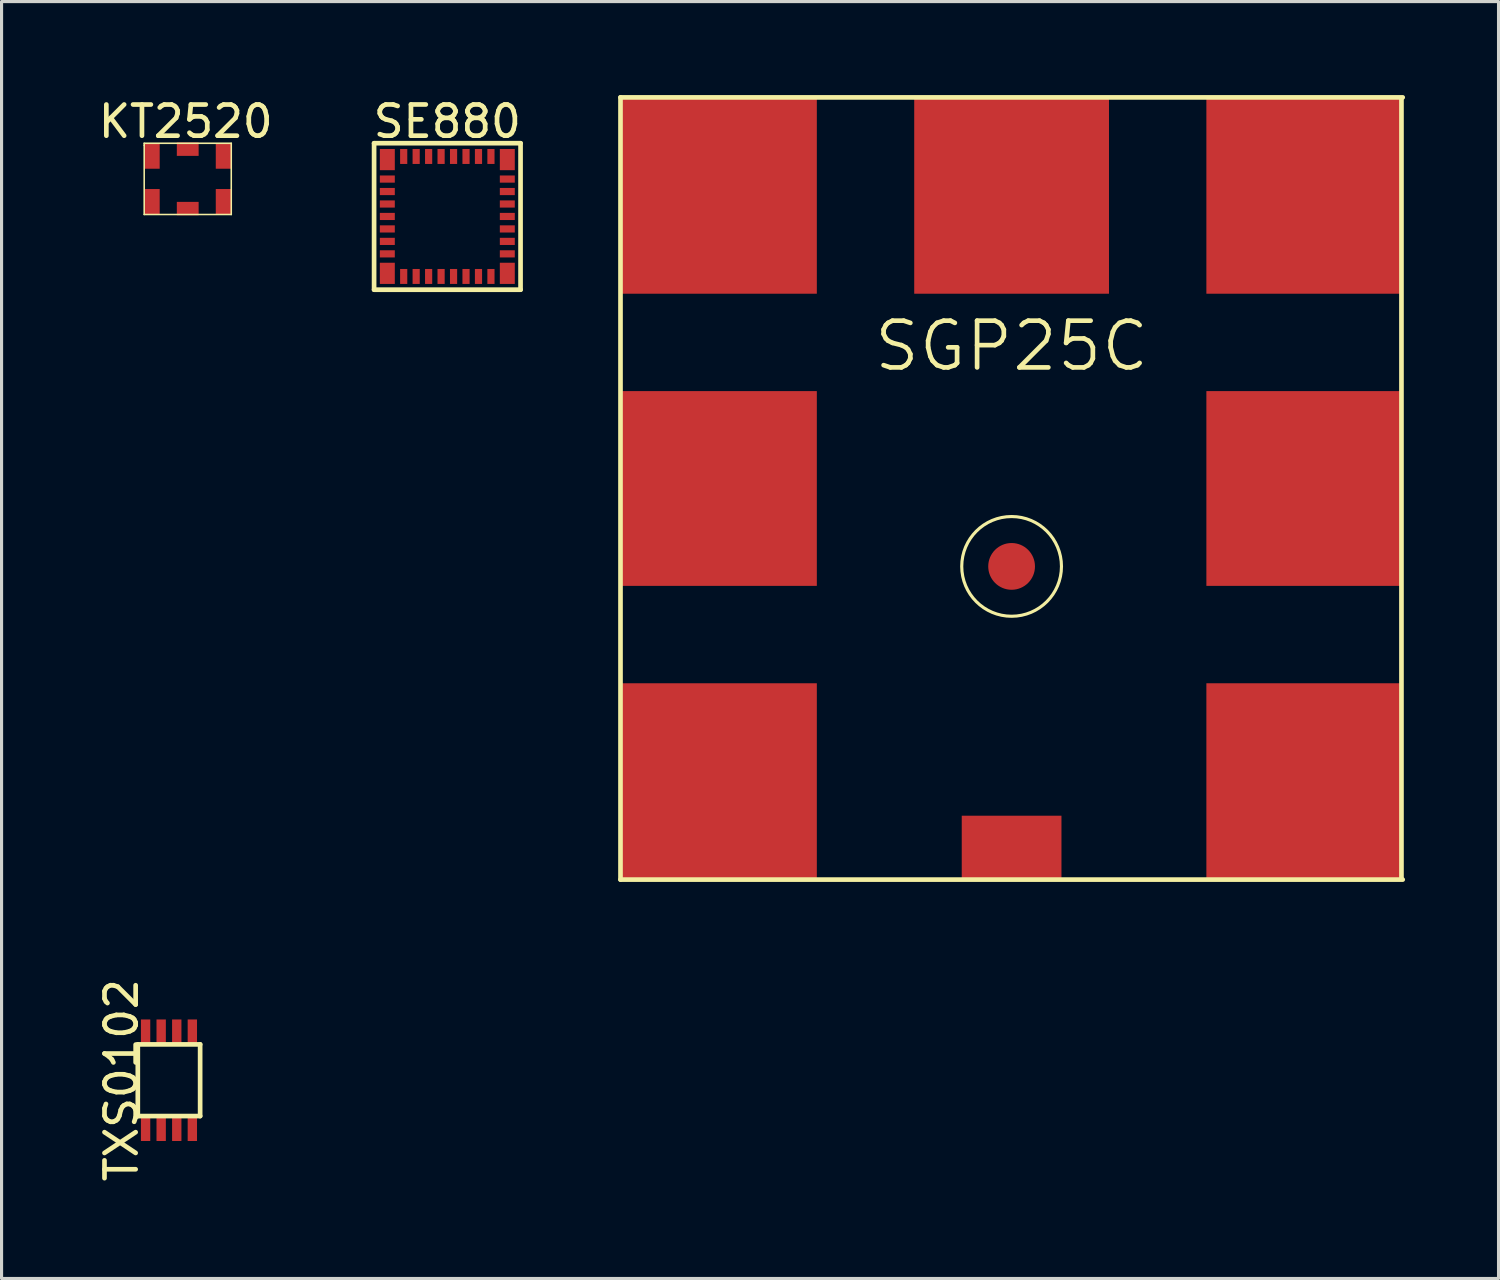
<source format=kicad_pcb>
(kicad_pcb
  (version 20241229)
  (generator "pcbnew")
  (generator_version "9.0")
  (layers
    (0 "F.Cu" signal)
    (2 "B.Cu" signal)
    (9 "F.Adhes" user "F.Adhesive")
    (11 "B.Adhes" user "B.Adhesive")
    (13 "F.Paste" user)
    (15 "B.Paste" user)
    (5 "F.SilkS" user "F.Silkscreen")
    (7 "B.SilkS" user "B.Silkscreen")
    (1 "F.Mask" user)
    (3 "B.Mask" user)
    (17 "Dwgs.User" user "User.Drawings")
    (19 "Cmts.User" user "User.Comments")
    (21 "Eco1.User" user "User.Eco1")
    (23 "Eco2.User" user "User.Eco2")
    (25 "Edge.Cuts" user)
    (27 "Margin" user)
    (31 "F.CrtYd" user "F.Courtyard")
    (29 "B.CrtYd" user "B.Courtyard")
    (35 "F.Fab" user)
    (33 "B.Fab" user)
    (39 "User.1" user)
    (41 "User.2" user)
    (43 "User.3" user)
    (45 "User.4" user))
  (footprint "SE880"
    (layer "F.Cu")
    (at 11.304 3.896)
    (property "Reference" "SE880" (at 0 -3.048 0) (layer "F.SilkS") (effects (font (size 1 1) (thickness 0.15))))
    (attr through_hole)
    (fp_line (start -2.35 -2.35) (end 2.35 -2.35) (stroke (width 0.15) (type solid)) (layer "F.SilkS"))
    (fp_line (start -2.35 2.35) (end -2.35 -2.35) (stroke (width 0.15) (type solid)) (layer "F.SilkS"))
    (fp_line (start 2.35 -2.35) (end 2.35 2.35) (stroke (width 0.15) (type solid)) (layer "F.SilkS"))
    (fp_line (start 2.35 2.35) (end -2.35 2.35) (stroke (width 0.15) (type solid)) (layer "F.SilkS"))
    (pad "1" smd rect (at -1.925 -1.825) (size 0.48 0.68) (layers "F.Cu" "F.Mask" "F.Paste"))
    (pad "2" smd rect (at -1.925 -1.2) (size 0.48 0.23) (layers "F.Cu" "F.Mask" "F.Paste"))
    (pad "3" smd rect (at -1.925 -0.8) (size 0.48 0.23) (layers "F.Cu" "F.Mask" "F.Paste"))
    (pad "4" smd rect (at -1.925 -0.4) (size 0.48 0.23) (layers "F.Cu" "F.Mask" "F.Paste"))
    (pad "5" smd rect (at -1.925 0) (size 0.48 0.23) (layers "F.Cu" "F.Mask" "F.Paste"))
    (pad "6" smd rect (at -1.925 0.4) (size 0.48 0.23) (layers "F.Cu" "F.Mask" "F.Paste"))
    (pad "7" smd rect (at -1.925 0.8) (size 0.48 0.23) (layers "F.Cu" "F.Mask" "F.Paste"))
    (pad "8" smd rect (at -1.925 1.2) (size 0.48 0.23) (layers "F.Cu" "F.Mask" "F.Paste"))
    (pad "9" smd rect (at -1.925 1.825) (size 0.48 0.68) (layers "F.Cu" "F.Mask" "F.Paste"))
    (pad "10" smd rect (at -1.4 1.925) (size 0.23 0.48) (layers "F.Cu" "F.Mask" "F.Paste"))
    (pad "11" smd rect (at -1 1.925) (size 0.23 0.48) (layers "F.Cu" "F.Mask" "F.Paste"))
    (pad "12" smd rect (at -0.6 1.925) (size 0.23 0.48) (layers "F.Cu" "F.Mask" "F.Paste"))
    (pad "13" smd rect (at -0.2 1.925) (size 0.23 0.48) (layers "F.Cu" "F.Mask" "F.Paste"))
    (pad "14" smd rect (at 0.2 1.925) (size 0.23 0.48) (layers "F.Cu" "F.Mask" "F.Paste"))
    (pad "15" smd rect (at 0.6 1.925) (size 0.23 0.48) (layers "F.Cu" "F.Mask" "F.Paste"))
    (pad "16" smd rect (at 1 1.925) (size 0.23 0.48) (layers "F.Cu" "F.Mask" "F.Paste"))
    (pad "17" smd rect (at 1.4 1.925) (size 0.23 0.48) (layers "F.Cu" "F.Mask" "F.Paste"))
    (pad "18" smd rect (at 1.925 1.825) (size 0.48 0.68) (layers "F.Cu" "F.Mask" "F.Paste"))
    (pad "19" smd rect (at 1.925 1.2) (size 0.48 0.23) (layers "F.Cu" "F.Mask" "F.Paste"))
    (pad "20" smd rect (at 1.925 0.8) (size 0.48 0.23) (layers "F.Cu" "F.Mask" "F.Paste"))
    (pad "21" smd rect (at 1.925 0.4) (size 0.48 0.23) (layers "F.Cu" "F.Mask" "F.Paste"))
    (pad "22" smd rect (at 1.925 0) (size 0.48 0.23) (layers "F.Cu" "F.Mask" "F.Paste"))
    (pad "23" smd rect (at 1.925 -0.4) (size 0.48 0.23) (layers "F.Cu" "F.Mask" "F.Paste"))
    (pad "24" smd rect (at 1.925 -0.8) (size 0.48 0.23) (layers "F.Cu" "F.Mask" "F.Paste"))
    (pad "25" smd rect (at 1.925 -1.2) (size 0.48 0.23) (layers "F.Cu" "F.Mask" "F.Paste"))
    (pad "26" smd rect (at 1.925 -1.825) (size 0.48 0.68) (layers "F.Cu" "F.Mask" "F.Paste"))
    (pad "27" smd rect (at 1.4 -1.925) (size 0.23 0.48) (layers "F.Cu" "F.Mask" "F.Paste"))
    (pad "28" smd rect (at 1 -1.925) (size 0.23 0.48) (layers "F.Cu" "F.Mask" "F.Paste"))
    (pad "29" smd rect (at 0.6 -1.925) (size 0.23 0.48) (layers "F.Cu" "F.Mask" "F.Paste"))
    (pad "30" smd rect (at 0.2 -1.925) (size 0.23 0.48) (layers "F.Cu" "F.Mask" "F.Paste"))
    (pad "31" smd rect (at -0.2 -1.925) (size 0.23 0.48) (layers "F.Cu" "F.Mask" "F.Paste"))
    (pad "32" smd rect (at -0.6 -1.925) (size 0.23 0.48) (layers "F.Cu" "F.Mask" "F.Paste"))
    (pad "33" smd rect (at -1 -1.925) (size 0.23 0.48) (layers "F.Cu" "F.Mask" "F.Paste"))
    (pad "34" smd rect (at -1.4 -1.925) (size 0.23 0.48) (layers "F.Cu" "F.Mask" "F.Paste")))
  (footprint "KT2520"
    (layer "F.Cu")
    (at 2.974 2.69)
    (property "Reference" "KT2520" (at -0.064 -1.841 0) (layer "F.SilkS") (effects (font (size 1 1) (thickness 0.15))))
    (attr through_hole)
    (fp_line (start -1.397 -1.143) (end 1.397 -1.143) (stroke (width 0.05) (type solid)) (layer "F.SilkS"))
    (fp_line (start -1.397 -1.079) (end -1.397 -1.143) (stroke (width 0.05) (type solid)) (layer "F.SilkS"))
    (fp_line (start -1.397 1.143) (end -1.397 -1.079) (stroke (width 0.05) (type solid)) (layer "F.SilkS"))
    (fp_line (start 1.397 -1.143) (end 1.397 1.143) (stroke (width 0.05) (type solid)) (layer "F.SilkS"))
    (fp_line (start 1.397 1.143) (end -1.397 1.143) (stroke (width 0.05) (type solid)) (layer "F.SilkS"))
    (pad "1" smd rect (at -1.15 -0.738) (size 0.5 0.825) (layers "F.Cu" "F.Mask" "F.Paste"))
    (pad "2" smd rect (at 0 -0.953) (size 0.7 0.43) (layers "F.Cu" "F.Mask" "F.Paste"))
    (pad "3" smd rect (at 1.15 -0.738) (size 0.5 0.825) (layers "F.Cu" "F.Mask" "F.Paste"))
    (pad "4" smd rect (at 1.15 0.738) (size 0.5 0.825) (layers "F.Cu" "F.Mask" "F.Paste"))
    (pad "5" smd rect (at 0 0.953) (size 0.7 0.43) (layers "F.Cu" "F.Mask" "F.Paste"))
    (pad "6" smd rect (at -1.15 0.738) (size 0.5 0.825) (layers "F.Cu" "F.Mask" "F.Paste")))
  (footprint "TXS0102"
    (layer "F.Cu")
    (at 2.372 31.613)
    (property "Reference" "TXS0102" (at -1.524 0 90) (layer "F.SilkS") (effects (font (size 1 1) (thickness 0.15))))
    (attr through_hole)
    (fp_line (start -1 -1.15) (end -1 1.15) (stroke (width 0.15) (type solid)) (layer "F.SilkS"))
    (fp_line (start -1 -1.15) (end 1 -1.15) (stroke (width 0.15) (type solid)) (layer "F.SilkS"))
    (fp_line (start -1 1.15) (end 1 1.15) (stroke (width 0.15) (type solid)) (layer "F.SilkS"))
    (fp_line (start 1 -1.15) (end 1 1.15) (stroke (width 0.15) (type solid)) (layer "F.SilkS"))
    (pad "1" smd rect (at -0.75 1.55) (size 0.3 0.8) (layers "F.Cu" "F.Mask" "F.Paste"))
    (pad "2" smd rect (at -0.25 1.55) (size 0.3 0.8) (layers "F.Cu" "F.Mask" "F.Paste"))
    (pad "3" smd rect (at 0.25 1.55) (size 0.3 0.8) (layers "F.Cu" "F.Mask" "F.Paste"))
    (pad "4" smd rect (at 0.75 1.55) (size 0.3 0.8) (layers "F.Cu" "F.Mask" "F.Paste"))
    (pad "5" smd rect (at 0.75 -1.55) (size 0.3 0.8) (layers "F.Cu" "F.Mask" "F.Paste"))
    (pad "6" smd rect (at 0.25 -1.55) (size 0.3 0.8) (layers "F.Cu" "F.Mask" "F.Paste"))
    (pad "7" smd rect (at -0.25 -1.55) (size 0.3 0.8) (layers "F.Cu" "F.Mask" "F.Paste"))
    (pad "8" smd rect (at -0.75 -1.55) (size 0.3 0.8) (layers "F.Cu" "F.Mask" "F.Paste")))
  (footprint "SGP25C"
    (layer "F.Cu")
    (at 29.411 12.625)
    (property "Reference" "SGP25C" (at 0 -4.572 0) (layer "F.SilkS") (effects (font (size 1.5 1.5) (thickness 0.15))))
    (attr through_hole)
    (fp_line (start -12.55 -12.55) (end 12.55 -12.55) (stroke (width 0.15) (type solid)) (layer "F.SilkS"))
    (fp_line (start -12.55 12.55) (end -12.55 -12.55) (stroke (width 0.15) (type solid)) (layer "F.SilkS"))
    (fp_line (start 12.51 -12.51) (end 12.51 12.51) (stroke (width 0.15) (type solid)) (layer "F.SilkS"))
    (fp_line (start 12.55 12.55) (end -12.55 12.55) (stroke (width 0.15) (type solid)) (layer "F.SilkS"))
    (fp_circle (center 0 2.5) (end 1.6 2.5) (stroke (width 0.1) (type solid)) (fill no) (layer "F.SilkS"))
    (pad "1" smd circle (at 0 2.5) (size 1.5 1.5) (layers "F.Cu" "F.Mask" "F.Paste"))
    (pad "2" smd rect (at 0 11.5) (size 3.2 2) (layers "F.Cu" "F.Mask" "F.Paste"))
    (pad "3" smd rect (at -9.375 9.375) (size 6.25 6.25) (layers "F.Cu" "F.Mask" "F.Paste"))
    (pad "4" smd rect (at -9.375 0) (size 6.25 6.25) (layers "F.Cu" "F.Mask" "F.Paste"))
    (pad "5" smd rect (at -9.375 -9.375) (size 6.25 6.25) (layers "F.Cu" "F.Mask" "F.Paste"))
    (pad "6" smd rect (at 0 -9.375) (size 6.25 6.25) (layers "F.Cu" "F.Mask" "F.Paste"))
    (pad "7" smd rect (at 9.375 -9.375) (size 6.25 6.25) (layers "F.Cu" "F.Mask" "F.Paste"))
    (pad "8" smd rect (at 9.375 0) (size 6.25 6.25) (layers "F.Cu" "F.Mask" "F.Paste"))
    (pad "9" smd rect (at 9.375 9.375) (size 6.25 6.25) (layers "F.Cu" "F.Mask" "F.Paste")))
  (gr_rect
    (start -3 -3)
    (end 45.036 37.976)
    (stroke (width 0.1) (type default))
    (fill no)
    (layer "Edge.Cuts")))
</source>
